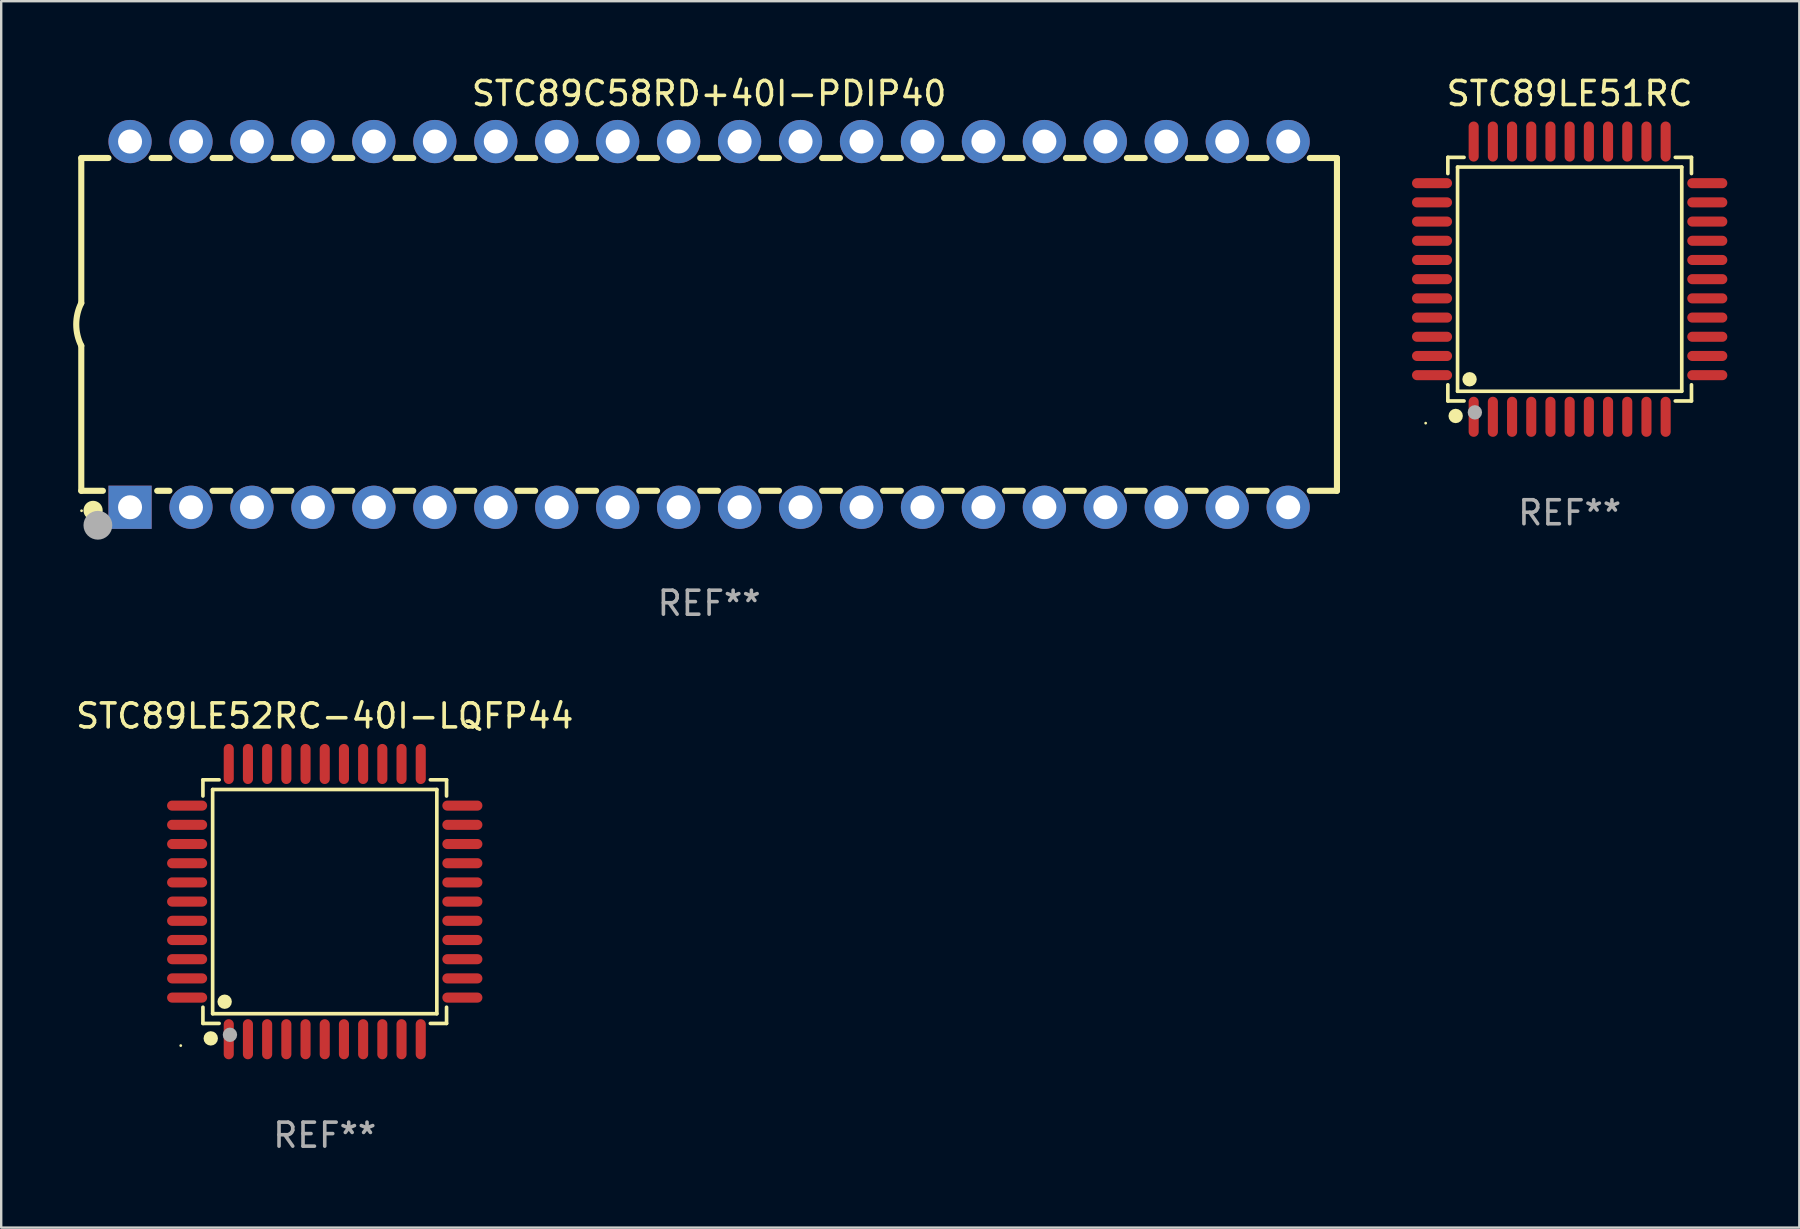
<source format=kicad_pcb>
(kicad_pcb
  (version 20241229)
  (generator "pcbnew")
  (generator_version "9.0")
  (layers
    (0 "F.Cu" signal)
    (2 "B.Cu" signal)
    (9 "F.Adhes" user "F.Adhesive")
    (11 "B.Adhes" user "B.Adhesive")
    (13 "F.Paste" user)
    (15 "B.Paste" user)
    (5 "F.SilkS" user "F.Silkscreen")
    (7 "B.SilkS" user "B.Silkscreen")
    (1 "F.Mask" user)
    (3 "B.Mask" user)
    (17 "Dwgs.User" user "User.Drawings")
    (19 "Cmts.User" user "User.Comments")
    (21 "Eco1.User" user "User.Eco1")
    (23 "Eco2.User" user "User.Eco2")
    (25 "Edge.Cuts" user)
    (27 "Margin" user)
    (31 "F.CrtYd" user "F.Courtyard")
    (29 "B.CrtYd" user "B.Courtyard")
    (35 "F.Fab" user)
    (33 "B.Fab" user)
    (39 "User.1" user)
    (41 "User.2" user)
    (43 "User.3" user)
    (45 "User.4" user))
  (footprint "STC89LE52RC-40I-LQFP44"
    (layer "F.Cu")
    (at 10.482 34.52)
    (property "Reference" "STC89LE52RC-40I-LQFP44" (at 0 -7.735 0) (layer "F.SilkS") (effects (font (size 1 1) (thickness 0.15))))
    (attr through_hole)
    (fp_line (start -5.076 -5.076) (end -4.401 -5.076) (stroke (width 0.152) (type solid)) (layer "F.SilkS"))
    (fp_line (start -5.076 -4.401) (end -5.076 -5.076) (stroke (width 0.152) (type solid)) (layer "F.SilkS"))
    (fp_line (start -5.076 4.401) (end -5.076 5.076) (stroke (width 0.152) (type solid)) (layer "F.SilkS"))
    (fp_line (start -5.076 5.076) (end -4.401 5.076) (stroke (width 0.152) (type solid)) (layer "F.SilkS"))
    (fp_line (start -4.671 -4.671) (end 4.671 -4.671) (stroke (width 0.152) (type solid)) (layer "F.SilkS"))
    (fp_line (start -4.671 4.671) (end -4.671 -4.671) (stroke (width 0.152) (type solid)) (layer "F.SilkS"))
    (fp_line (start 4.671 -4.671) (end 4.671 4.671) (stroke (width 0.152) (type solid)) (layer "F.SilkS"))
    (fp_line (start 4.671 4.671) (end -4.671 4.671) (stroke (width 0.152) (type solid)) (layer "F.SilkS"))
    (fp_line (start 5.076 -5.076) (end 4.401 -5.076) (stroke (width 0.152) (type solid)) (layer "F.SilkS"))
    (fp_line (start 5.076 -4.401) (end 5.076 -5.076) (stroke (width 0.152) (type solid)) (layer "F.SilkS"))
    (fp_line (start 5.076 4.401) (end 5.076 5.076) (stroke (width 0.152) (type solid)) (layer "F.SilkS"))
    (fp_line (start 5.076 5.076) (end 4.401 5.076) (stroke (width 0.152) (type solid)) (layer "F.SilkS"))
    (fp_circle (center -6 6) (end -5.97 6) (stroke (width 0.06) (type solid)) (fill no) (layer "F.SilkS"))
    (fp_circle (center -4.75 5.7) (end -4.6 5.7) (stroke (width 0.3) (type solid)) (fill no) (layer "F.SilkS"))
    (fp_circle (center -4.171 4.171) (end -4.021 4.171) (stroke (width 0.3) (type solid)) (fill no) (layer "F.SilkS"))
    (fp_circle (center -3.95 5.55) (end -3.8 5.55) (stroke (width 0.3) (type solid)) (fill no) (layer "F.Fab"))
    (fp_text user "REF**" (at 0 9.735 0) (layer "F.Fab") (effects (font (size 1 1) (thickness 0.15))))
    (pad "1" smd oval (at -4 5.735) (size 0.42 1.67) (layers "F.Cu" "F.Mask" "F.Paste"))
    (pad "2" smd oval (at -3.2 5.735) (size 0.42 1.67) (layers "F.Cu" "F.Mask" "F.Paste"))
    (pad "3" smd oval (at -2.4 5.735) (size 0.42 1.67) (layers "F.Cu" "F.Mask" "F.Paste"))
    (pad "4" smd oval (at -1.6 5.735) (size 0.42 1.67) (layers "F.Cu" "F.Mask" "F.Paste"))
    (pad "5" smd oval (at -0.8 5.735) (size 0.42 1.67) (layers "F.Cu" "F.Mask" "F.Paste"))
    (pad "6" smd oval (at 0 5.735) (size 0.42 1.67) (layers "F.Cu" "F.Mask" "F.Paste"))
    (pad "7" smd oval (at 0.8 5.735) (size 0.42 1.67) (layers "F.Cu" "F.Mask" "F.Paste"))
    (pad "8" smd oval (at 1.6 5.735) (size 0.42 1.67) (layers "F.Cu" "F.Mask" "F.Paste"))
    (pad "9" smd oval (at 2.4 5.735) (size 0.42 1.67) (layers "F.Cu" "F.Mask" "F.Paste"))
    (pad "10" smd oval (at 3.2 5.735) (size 0.42 1.67) (layers "F.Cu" "F.Mask" "F.Paste"))
    (pad "11" smd oval (at 4 5.735) (size 0.42 1.67) (layers "F.Cu" "F.Mask" "F.Paste"))
    (pad "12" smd oval (at 5.735 4) (size 1.67 0.42) (layers "F.Cu" "F.Mask" "F.Paste"))
    (pad "13" smd oval (at 5.735 3.2) (size 1.67 0.42) (layers "F.Cu" "F.Mask" "F.Paste"))
    (pad "14" smd oval (at 5.735 2.4) (size 1.67 0.42) (layers "F.Cu" "F.Mask" "F.Paste"))
    (pad "15" smd oval (at 5.735 1.6) (size 1.67 0.42) (layers "F.Cu" "F.Mask" "F.Paste"))
    (pad "16" smd oval (at 5.735 0.8) (size 1.67 0.42) (layers "F.Cu" "F.Mask" "F.Paste"))
    (pad "17" smd oval (at 5.735 0) (size 1.67 0.42) (layers "F.Cu" "F.Mask" "F.Paste"))
    (pad "18" smd oval (at 5.735 -0.8) (size 1.67 0.42) (layers "F.Cu" "F.Mask" "F.Paste"))
    (pad "19" smd oval (at 5.735 -1.6) (size 1.67 0.42) (layers "F.Cu" "F.Mask" "F.Paste"))
    (pad "20" smd oval (at 5.735 -2.4) (size 1.67 0.42) (layers "F.Cu" "F.Mask" "F.Paste"))
    (pad "21" smd oval (at 5.735 -3.2) (size 1.67 0.42) (layers "F.Cu" "F.Mask" "F.Paste"))
    (pad "22" smd oval (at 5.735 -4) (size 1.67 0.42) (layers "F.Cu" "F.Mask" "F.Paste"))
    (pad "23" smd oval (at 4 -5.735) (size 0.42 1.67) (layers "F.Cu" "F.Mask" "F.Paste"))
    (pad "24" smd oval (at 3.2 -5.735) (size 0.42 1.67) (layers "F.Cu" "F.Mask" "F.Paste"))
    (pad "25" smd oval (at 2.4 -5.735) (size 0.42 1.67) (layers "F.Cu" "F.Mask" "F.Paste"))
    (pad "26" smd oval (at 1.6 -5.735) (size 0.42 1.67) (layers "F.Cu" "F.Mask" "F.Paste"))
    (pad "27" smd oval (at 0.8 -5.735) (size 0.42 1.67) (layers "F.Cu" "F.Mask" "F.Paste"))
    (pad "28" smd oval (at 0 -5.735) (size 0.42 1.67) (layers "F.Cu" "F.Mask" "F.Paste"))
    (pad "29" smd oval (at -0.8 -5.735) (size 0.42 1.67) (layers "F.Cu" "F.Mask" "F.Paste"))
    (pad "30" smd oval (at -1.6 -5.735) (size 0.42 1.67) (layers "F.Cu" "F.Mask" "F.Paste"))
    (pad "31" smd oval (at -2.4 -5.735) (size 0.42 1.67) (layers "F.Cu" "F.Mask" "F.Paste"))
    (pad "32" smd oval (at -3.2 -5.735) (size 0.42 1.67) (layers "F.Cu" "F.Mask" "F.Paste"))
    (pad "33" smd oval (at -4 -5.735) (size 0.42 1.67) (layers "F.Cu" "F.Mask" "F.Paste"))
    (pad "34" smd oval (at -5.735 -4) (size 1.67 0.42) (layers "F.Cu" "F.Mask" "F.Paste"))
    (pad "35" smd oval (at -5.735 -3.2) (size 1.67 0.42) (layers "F.Cu" "F.Mask" "F.Paste"))
    (pad "36" smd oval (at -5.735 -2.4) (size 1.67 0.42) (layers "F.Cu" "F.Mask" "F.Paste"))
    (pad "37" smd oval (at -5.735 -1.6) (size 1.67 0.42) (layers "F.Cu" "F.Mask" "F.Paste"))
    (pad "38" smd oval (at -5.735 -0.8) (size 1.67 0.42) (layers "F.Cu" "F.Mask" "F.Paste"))
    (pad "39" smd oval (at -5.735 0) (size 1.67 0.42) (layers "F.Cu" "F.Mask" "F.Paste"))
    (pad "40" smd oval (at -5.735 0.8) (size 1.67 0.42) (layers "F.Cu" "F.Mask" "F.Paste"))
    (pad "41" smd oval (at -5.735 1.6) (size 1.67 0.42) (layers "F.Cu" "F.Mask" "F.Paste"))
    (pad "42" smd oval (at -5.735 2.4) (size 1.67 0.42) (layers "F.Cu" "F.Mask" "F.Paste"))
    (pad "43" smd oval (at -5.735 3.2) (size 1.67 0.42) (layers "F.Cu" "F.Mask" "F.Paste"))
    (pad "44" smd oval (at -5.735 4) (size 1.67 0.42) (layers "F.Cu" "F.Mask" "F.Paste")))
  (footprint "STC89C58RD+40I-PDIP40"
    (layer "F.Cu")
    (at 26.499 10.468)
    (property "Reference" "STC89C58RD+40I-PDIP40" (at 0 -9.62 0) (layer "F.SilkS") (effects (font (size 1 1) (thickness 0.15))))
    (attr through_hole)
    (fp_line (start -26.162 -6.934) (end -26.162 -0.889) (stroke (width 0.254) (type solid)) (layer "F.SilkS"))
    (fp_line (start -26.162 -6.934) (end -25.029 -6.934) (stroke (width 0.254) (type solid)) (layer "F.SilkS"))
    (fp_line (start -26.162 6.934) (end -26.162 0.889) (stroke (width 0.254) (type solid)) (layer "F.SilkS"))
    (fp_line (start -26.162 6.934) (end -25.261 6.934) (stroke (width 0.254) (type solid)) (layer "F.SilkS"))
    (fp_line (start -23.231 -6.934) (end -22.489 -6.934) (stroke (width 0.254) (type solid)) (layer "F.SilkS"))
    (fp_line (start -22.999 6.934) (end -22.489 6.934) (stroke (width 0.254) (type solid)) (layer "F.SilkS"))
    (fp_line (start -20.691 -6.934) (end -19.949 -6.934) (stroke (width 0.254) (type solid)) (layer "F.SilkS"))
    (fp_line (start -20.691 6.934) (end -19.949 6.934) (stroke (width 0.254) (type solid)) (layer "F.SilkS"))
    (fp_line (start -18.151 -6.934) (end -17.409 -6.934) (stroke (width 0.254) (type solid)) (layer "F.SilkS"))
    (fp_line (start -18.151 6.934) (end -17.409 6.934) (stroke (width 0.254) (type solid)) (layer "F.SilkS"))
    (fp_line (start -15.611 -6.934) (end -14.869 -6.934) (stroke (width 0.254) (type solid)) (layer "F.SilkS"))
    (fp_line (start -15.611 6.934) (end -14.869 6.934) (stroke (width 0.254) (type solid)) (layer "F.SilkS"))
    (fp_line (start -13.071 -6.934) (end -12.329 -6.934) (stroke (width 0.254) (type solid)) (layer "F.SilkS"))
    (fp_line (start -13.071 6.934) (end -12.329 6.934) (stroke (width 0.254) (type solid)) (layer "F.SilkS"))
    (fp_line (start -10.531 -6.934) (end -9.789 -6.934) (stroke (width 0.254) (type solid)) (layer "F.SilkS"))
    (fp_line (start -10.531 6.934) (end -9.789 6.934) (stroke (width 0.254) (type solid)) (layer "F.SilkS"))
    (fp_line (start -7.991 -6.934) (end -7.249 -6.934) (stroke (width 0.254) (type solid)) (layer "F.SilkS"))
    (fp_line (start -7.991 6.934) (end -7.249 6.934) (stroke (width 0.254) (type solid)) (layer "F.SilkS"))
    (fp_line (start -5.451 -6.934) (end -4.709 -6.934) (stroke (width 0.254) (type solid)) (layer "F.SilkS"))
    (fp_line (start -5.451 6.934) (end -4.709 6.934) (stroke (width 0.254) (type solid)) (layer "F.SilkS"))
    (fp_line (start -2.911 -6.934) (end -2.169 -6.934) (stroke (width 0.254) (type solid)) (layer "F.SilkS"))
    (fp_line (start -2.911 6.934) (end -2.169 6.934) (stroke (width 0.254) (type solid)) (layer "F.SilkS"))
    (fp_line (start -0.371 -6.934) (end 0.371 -6.934) (stroke (width 0.254) (type solid)) (layer "F.SilkS"))
    (fp_line (start -0.371 6.934) (end 0.371 6.934) (stroke (width 0.254) (type solid)) (layer "F.SilkS"))
    (fp_line (start 2.169 -6.934) (end 2.911 -6.934) (stroke (width 0.254) (type solid)) (layer "F.SilkS"))
    (fp_line (start 2.169 6.934) (end 2.911 6.934) (stroke (width 0.254) (type solid)) (layer "F.SilkS"))
    (fp_line (start 4.709 -6.934) (end 5.451 -6.934) (stroke (width 0.254) (type solid)) (layer "F.SilkS"))
    (fp_line (start 4.709 6.934) (end 5.451 6.934) (stroke (width 0.254) (type solid)) (layer "F.SilkS"))
    (fp_line (start 7.249 -6.934) (end 7.991 -6.934) (stroke (width 0.254) (type solid)) (layer "F.SilkS"))
    (fp_line (start 7.249 6.934) (end 7.991 6.934) (stroke (width 0.254) (type solid)) (layer "F.SilkS"))
    (fp_line (start 9.789 -6.934) (end 10.531 -6.934) (stroke (width 0.254) (type solid)) (layer "F.SilkS"))
    (fp_line (start 9.789 6.934) (end 10.531 6.934) (stroke (width 0.254) (type solid)) (layer "F.SilkS"))
    (fp_line (start 12.329 -6.934) (end 13.071 -6.934) (stroke (width 0.254) (type solid)) (layer "F.SilkS"))
    (fp_line (start 12.329 6.934) (end 13.071 6.934) (stroke (width 0.254) (type solid)) (layer "F.SilkS"))
    (fp_line (start 14.869 -6.934) (end 15.611 -6.934) (stroke (width 0.254) (type solid)) (layer "F.SilkS"))
    (fp_line (start 14.869 6.934) (end 15.611 6.934) (stroke (width 0.254) (type solid)) (layer "F.SilkS"))
    (fp_line (start 17.409 -6.934) (end 18.151 -6.934) (stroke (width 0.254) (type solid)) (layer "F.SilkS"))
    (fp_line (start 17.409 6.934) (end 18.151 6.934) (stroke (width 0.254) (type solid)) (layer "F.SilkS"))
    (fp_line (start 19.949 -6.934) (end 20.691 -6.934) (stroke (width 0.254) (type solid)) (layer "F.SilkS"))
    (fp_line (start 19.949 6.934) (end 20.691 6.934) (stroke (width 0.254) (type solid)) (layer "F.SilkS"))
    (fp_line (start 22.489 -6.934) (end 23.231 -6.934) (stroke (width 0.254) (type solid)) (layer "F.SilkS"))
    (fp_line (start 22.489 6.934) (end 23.231 6.934) (stroke (width 0.254) (type solid)) (layer "F.SilkS"))
    (fp_line (start 25.029 -6.934) (end 26.162 -6.934) (stroke (width 0.254) (type solid)) (layer "F.SilkS"))
    (fp_line (start 25.029 6.934) (end 26.162 6.934) (stroke (width 0.254) (type solid)) (layer "F.SilkS"))
    (fp_line (start 26.162 -6.934) (end 26.162 6.934) (stroke (width 0.254) (type solid)) (layer "F.SilkS"))
    (fp_arc (start -26.162052 0.889001) (mid -26.371917 0) (end -26.162052 -0.889002) (stroke (width 0.254001) (type solid)) (layer "F.SilkS"))
    (fp_circle (center -26.15 7.765) (end -26.12 7.765) (stroke (width 0.06) (type solid)) (fill no) (layer "F.SilkS"))
    (fp_circle (center -25.67 7.75) (end -25.47 7.75) (stroke (width 0.4) (type solid)) (fill no) (layer "F.SilkS"))
    (fp_circle (center -25.47 8.37) (end -25.17 8.37) (stroke (width 0.6) (type solid)) (fill no) (layer "F.Fab"))
    (fp_text user "REF**" (at 0 11.62 0) (layer "F.Fab") (effects (font (size 1 1) (thickness 0.15))))
    (pad "1" thru_hole rect (at -24.13 7.62) (size 1.8 1.8) (drill 1) (layers "*.Cu" "*.Mask"))
    (pad "2" thru_hole circle (at -21.59 7.62) (size 1.8 1.8) (drill 1) (layers "*.Cu" "*.Mask"))
    (pad "3" thru_hole circle (at -19.05 7.62) (size 1.8 1.8) (drill 1) (layers "*.Cu" "*.Mask"))
    (pad "4" thru_hole circle (at -16.51 7.62) (size 1.8 1.8) (drill 1) (layers "*.Cu" "*.Mask"))
    (pad "5" thru_hole circle (at -13.97 7.62) (size 1.8 1.8) (drill 1) (layers "*.Cu" "*.Mask"))
    (pad "6" thru_hole circle (at -11.43 7.62) (size 1.8 1.8) (drill 1) (layers "*.Cu" "*.Mask"))
    (pad "7" thru_hole circle (at -8.89 7.62) (size 1.8 1.8) (drill 1) (layers "*.Cu" "*.Mask"))
    (pad "8" thru_hole circle (at -6.35 7.62) (size 1.8 1.8) (drill 1) (layers "*.Cu" "*.Mask"))
    (pad "9" thru_hole circle (at -3.81 7.62) (size 1.8 1.8) (drill 1) (layers "*.Cu" "*.Mask"))
    (pad "10" thru_hole circle (at -1.27 7.62) (size 1.8 1.8) (drill 1) (layers "*.Cu" "*.Mask"))
    (pad "11" thru_hole circle (at 1.27 7.62) (size 1.8 1.8) (drill 1) (layers "*.Cu" "*.Mask"))
    (pad "12" thru_hole circle (at 3.81 7.62) (size 1.8 1.8) (drill 1) (layers "*.Cu" "*.Mask"))
    (pad "13" thru_hole circle (at 6.35 7.62) (size 1.8 1.8) (drill 1) (layers "*.Cu" "*.Mask"))
    (pad "14" thru_hole circle (at 8.89 7.62) (size 1.8 1.8) (drill 1) (layers "*.Cu" "*.Mask"))
    (pad "15" thru_hole circle (at 11.43 7.62) (size 1.8 1.8) (drill 1) (layers "*.Cu" "*.Mask"))
    (pad "16" thru_hole circle (at 13.97 7.62) (size 1.8 1.8) (drill 1) (layers "*.Cu" "*.Mask"))
    (pad "17" thru_hole circle (at 16.51 7.62) (size 1.8 1.8) (drill 1) (layers "*.Cu" "*.Mask"))
    (pad "18" thru_hole circle (at 19.05 7.62) (size 1.8 1.8) (drill 1) (layers "*.Cu" "*.Mask"))
    (pad "19" thru_hole circle (at 21.59 7.62) (size 1.8 1.8) (drill 1) (layers "*.Cu" "*.Mask"))
    (pad "20" thru_hole circle (at 24.13 7.62) (size 1.8 1.8) (drill 1) (layers "*.Cu" "*.Mask"))
    (pad "21" thru_hole circle (at 24.13 -7.62) (size 1.8 1.8) (drill 1) (layers "*.Cu" "*.Mask"))
    (pad "22" thru_hole circle (at 21.59 -7.62) (size 1.8 1.8) (drill 1) (layers "*.Cu" "*.Mask"))
    (pad "23" thru_hole circle (at 19.05 -7.62) (size 1.8 1.8) (drill 1) (layers "*.Cu" "*.Mask"))
    (pad "24" thru_hole circle (at 16.51 -7.62) (size 1.8 1.8) (drill 1) (layers "*.Cu" "*.Mask"))
    (pad "25" thru_hole circle (at 13.97 -7.62) (size 1.8 1.8) (drill 1) (layers "*.Cu" "*.Mask"))
    (pad "26" thru_hole circle (at 11.43 -7.62) (size 1.8 1.8) (drill 1) (layers "*.Cu" "*.Mask"))
    (pad "27" thru_hole circle (at 8.89 -7.62) (size 1.8 1.8) (drill 1) (layers "*.Cu" "*.Mask"))
    (pad "28" thru_hole circle (at 6.35 -7.62) (size 1.8 1.8) (drill 1) (layers "*.Cu" "*.Mask"))
    (pad "29" thru_hole circle (at 3.81 -7.62) (size 1.8 1.8) (drill 1) (layers "*.Cu" "*.Mask"))
    (pad "30" thru_hole circle (at 1.27 -7.62) (size 1.8 1.8) (drill 1) (layers "*.Cu" "*.Mask"))
    (pad "31" thru_hole circle (at -1.27 -7.62) (size 1.8 1.8) (drill 1) (layers "*.Cu" "*.Mask"))
    (pad "32" thru_hole circle (at -3.81 -7.62) (size 1.8 1.8) (drill 1) (layers "*.Cu" "*.Mask"))
    (pad "33" thru_hole circle (at -6.35 -7.62) (size 1.8 1.8) (drill 1) (layers "*.Cu" "*.Mask"))
    (pad "34" thru_hole circle (at -8.89 -7.62) (size 1.8 1.8) (drill 1) (layers "*.Cu" "*.Mask"))
    (pad "35" thru_hole circle (at -11.43 -7.62) (size 1.8 1.8) (drill 1) (layers "*.Cu" "*.Mask"))
    (pad "36" thru_hole circle (at -13.97 -7.62) (size 1.8 1.8) (drill 1) (layers "*.Cu" "*.Mask"))
    (pad "37" thru_hole circle (at -16.51 -7.62) (size 1.8 1.8) (drill 1) (layers "*.Cu" "*.Mask"))
    (pad "38" thru_hole circle (at -19.05 -7.62) (size 1.8 1.8) (drill 1) (layers "*.Cu" "*.Mask"))
    (pad "39" thru_hole circle (at -21.59 -7.62) (size 1.8 1.8) (drill 1) (layers "*.Cu" "*.Mask"))
    (pad "40" thru_hole circle (at -24.13 -7.62) (size 1.8 1.8) (drill 1) (layers "*.Cu" "*.Mask")))
  (footprint "STC89LE51RC"
    (layer "F.Cu")
    (at 62.358 8.583)
    (property "Reference" "STC89LE51RC" (at 0 -7.735 0) (layer "F.SilkS") (effects (font (size 1 1) (thickness 0.15))))
    (attr through_hole)
    (fp_line (start -5.076 -5.076) (end -4.401 -5.076) (stroke (width 0.152) (type solid)) (layer "F.SilkS"))
    (fp_line (start -5.076 -4.401) (end -5.076 -5.076) (stroke (width 0.152) (type solid)) (layer "F.SilkS"))
    (fp_line (start -5.076 4.401) (end -5.076 5.076) (stroke (width 0.152) (type solid)) (layer "F.SilkS"))
    (fp_line (start -5.076 5.076) (end -4.401 5.076) (stroke (width 0.152) (type solid)) (layer "F.SilkS"))
    (fp_line (start -4.671 -4.671) (end 4.671 -4.671) (stroke (width 0.152) (type solid)) (layer "F.SilkS"))
    (fp_line (start -4.671 4.671) (end -4.671 -4.671) (stroke (width 0.152) (type solid)) (layer "F.SilkS"))
    (fp_line (start 4.671 -4.671) (end 4.671 4.671) (stroke (width 0.152) (type solid)) (layer "F.SilkS"))
    (fp_line (start 4.671 4.671) (end -4.671 4.671) (stroke (width 0.152) (type solid)) (layer "F.SilkS"))
    (fp_line (start 5.076 -5.076) (end 4.401 -5.076) (stroke (width 0.152) (type solid)) (layer "F.SilkS"))
    (fp_line (start 5.076 -4.401) (end 5.076 -5.076) (stroke (width 0.152) (type solid)) (layer "F.SilkS"))
    (fp_line (start 5.076 4.401) (end 5.076 5.076) (stroke (width 0.152) (type solid)) (layer "F.SilkS"))
    (fp_line (start 5.076 5.076) (end 4.401 5.076) (stroke (width 0.152) (type solid)) (layer "F.SilkS"))
    (fp_circle (center -6 6) (end -5.97 6) (stroke (width 0.06) (type solid)) (fill no) (layer "F.SilkS"))
    (fp_circle (center -4.75 5.7) (end -4.6 5.7) (stroke (width 0.3) (type solid)) (fill no) (layer "F.SilkS"))
    (fp_circle (center -4.171 4.171) (end -4.021 4.171) (stroke (width 0.3) (type solid)) (fill no) (layer "F.SilkS"))
    (fp_circle (center -3.95 5.55) (end -3.8 5.55) (stroke (width 0.3) (type solid)) (fill no) (layer "F.Fab"))
    (fp_text user "REF**" (at 0 9.735 0) (layer "F.Fab") (effects (font (size 1 1) (thickness 0.15))))
    (pad "1" smd oval (at -4 5.735) (size 0.42 1.67) (layers "F.Cu" "F.Mask" "F.Paste"))
    (pad "2" smd oval (at -3.2 5.735) (size 0.42 1.67) (layers "F.Cu" "F.Mask" "F.Paste"))
    (pad "3" smd oval (at -2.4 5.735) (size 0.42 1.67) (layers "F.Cu" "F.Mask" "F.Paste"))
    (pad "4" smd oval (at -1.6 5.735) (size 0.42 1.67) (layers "F.Cu" "F.Mask" "F.Paste"))
    (pad "5" smd oval (at -0.8 5.735) (size 0.42 1.67) (layers "F.Cu" "F.Mask" "F.Paste"))
    (pad "6" smd oval (at 0 5.735) (size 0.42 1.67) (layers "F.Cu" "F.Mask" "F.Paste"))
    (pad "7" smd oval (at 0.8 5.735) (size 0.42 1.67) (layers "F.Cu" "F.Mask" "F.Paste"))
    (pad "8" smd oval (at 1.6 5.735) (size 0.42 1.67) (layers "F.Cu" "F.Mask" "F.Paste"))
    (pad "9" smd oval (at 2.4 5.735) (size 0.42 1.67) (layers "F.Cu" "F.Mask" "F.Paste"))
    (pad "10" smd oval (at 3.2 5.735) (size 0.42 1.67) (layers "F.Cu" "F.Mask" "F.Paste"))
    (pad "11" smd oval (at 4 5.735) (size 0.42 1.67) (layers "F.Cu" "F.Mask" "F.Paste"))
    (pad "12" smd oval (at 5.735 4) (size 1.67 0.42) (layers "F.Cu" "F.Mask" "F.Paste"))
    (pad "13" smd oval (at 5.735 3.2) (size 1.67 0.42) (layers "F.Cu" "F.Mask" "F.Paste"))
    (pad "14" smd oval (at 5.735 2.4) (size 1.67 0.42) (layers "F.Cu" "F.Mask" "F.Paste"))
    (pad "15" smd oval (at 5.735 1.6) (size 1.67 0.42) (layers "F.Cu" "F.Mask" "F.Paste"))
    (pad "16" smd oval (at 5.735 0.8) (size 1.67 0.42) (layers "F.Cu" "F.Mask" "F.Paste"))
    (pad "17" smd oval (at 5.735 0) (size 1.67 0.42) (layers "F.Cu" "F.Mask" "F.Paste"))
    (pad "18" smd oval (at 5.735 -0.8) (size 1.67 0.42) (layers "F.Cu" "F.Mask" "F.Paste"))
    (pad "19" smd oval (at 5.735 -1.6) (size 1.67 0.42) (layers "F.Cu" "F.Mask" "F.Paste"))
    (pad "20" smd oval (at 5.735 -2.4) (size 1.67 0.42) (layers "F.Cu" "F.Mask" "F.Paste"))
    (pad "21" smd oval (at 5.735 -3.2) (size 1.67 0.42) (layers "F.Cu" "F.Mask" "F.Paste"))
    (pad "22" smd oval (at 5.735 -4) (size 1.67 0.42) (layers "F.Cu" "F.Mask" "F.Paste"))
    (pad "23" smd oval (at 4 -5.735) (size 0.42 1.67) (layers "F.Cu" "F.Mask" "F.Paste"))
    (pad "24" smd oval (at 3.2 -5.735) (size 0.42 1.67) (layers "F.Cu" "F.Mask" "F.Paste"))
    (pad "25" smd oval (at 2.4 -5.735) (size 0.42 1.67) (layers "F.Cu" "F.Mask" "F.Paste"))
    (pad "26" smd oval (at 1.6 -5.735) (size 0.42 1.67) (layers "F.Cu" "F.Mask" "F.Paste"))
    (pad "27" smd oval (at 0.8 -5.735) (size 0.42 1.67) (layers "F.Cu" "F.Mask" "F.Paste"))
    (pad "28" smd oval (at 0 -5.735) (size 0.42 1.67) (layers "F.Cu" "F.Mask" "F.Paste"))
    (pad "29" smd oval (at -0.8 -5.735) (size 0.42 1.67) (layers "F.Cu" "F.Mask" "F.Paste"))
    (pad "30" smd oval (at -1.6 -5.735) (size 0.42 1.67) (layers "F.Cu" "F.Mask" "F.Paste"))
    (pad "31" smd oval (at -2.4 -5.735) (size 0.42 1.67) (layers "F.Cu" "F.Mask" "F.Paste"))
    (pad "32" smd oval (at -3.2 -5.735) (size 0.42 1.67) (layers "F.Cu" "F.Mask" "F.Paste"))
    (pad "33" smd oval (at -4 -5.735) (size 0.42 1.67) (layers "F.Cu" "F.Mask" "F.Paste"))
    (pad "34" smd oval (at -5.735 -4) (size 1.67 0.42) (layers "F.Cu" "F.Mask" "F.Paste"))
    (pad "35" smd oval (at -5.735 -3.2) (size 1.67 0.42) (layers "F.Cu" "F.Mask" "F.Paste"))
    (pad "36" smd oval (at -5.735 -2.4) (size 1.67 0.42) (layers "F.Cu" "F.Mask" "F.Paste"))
    (pad "37" smd oval (at -5.735 -1.6) (size 1.67 0.42) (layers "F.Cu" "F.Mask" "F.Paste"))
    (pad "38" smd oval (at -5.735 -0.8) (size 1.67 0.42) (layers "F.Cu" "F.Mask" "F.Paste"))
    (pad "39" smd oval (at -5.735 0) (size 1.67 0.42) (layers "F.Cu" "F.Mask" "F.Paste"))
    (pad "40" smd oval (at -5.735 0.8) (size 1.67 0.42) (layers "F.Cu" "F.Mask" "F.Paste"))
    (pad "41" smd oval (at -5.735 1.6) (size 1.67 0.42) (layers "F.Cu" "F.Mask" "F.Paste"))
    (pad "42" smd oval (at -5.735 2.4) (size 1.67 0.42) (layers "F.Cu" "F.Mask" "F.Paste"))
    (pad "43" smd oval (at -5.735 3.2) (size 1.67 0.42) (layers "F.Cu" "F.Mask" "F.Paste"))
    (pad "44" smd oval (at -5.735 4) (size 1.67 0.42) (layers "F.Cu" "F.Mask" "F.Paste")))
  (gr_rect
    (start -3 -3)
    (end 71.928 48.103)
    (stroke (width 0.1) (type default))
    (fill no)
    (layer "Edge.Cuts")))
</source>
